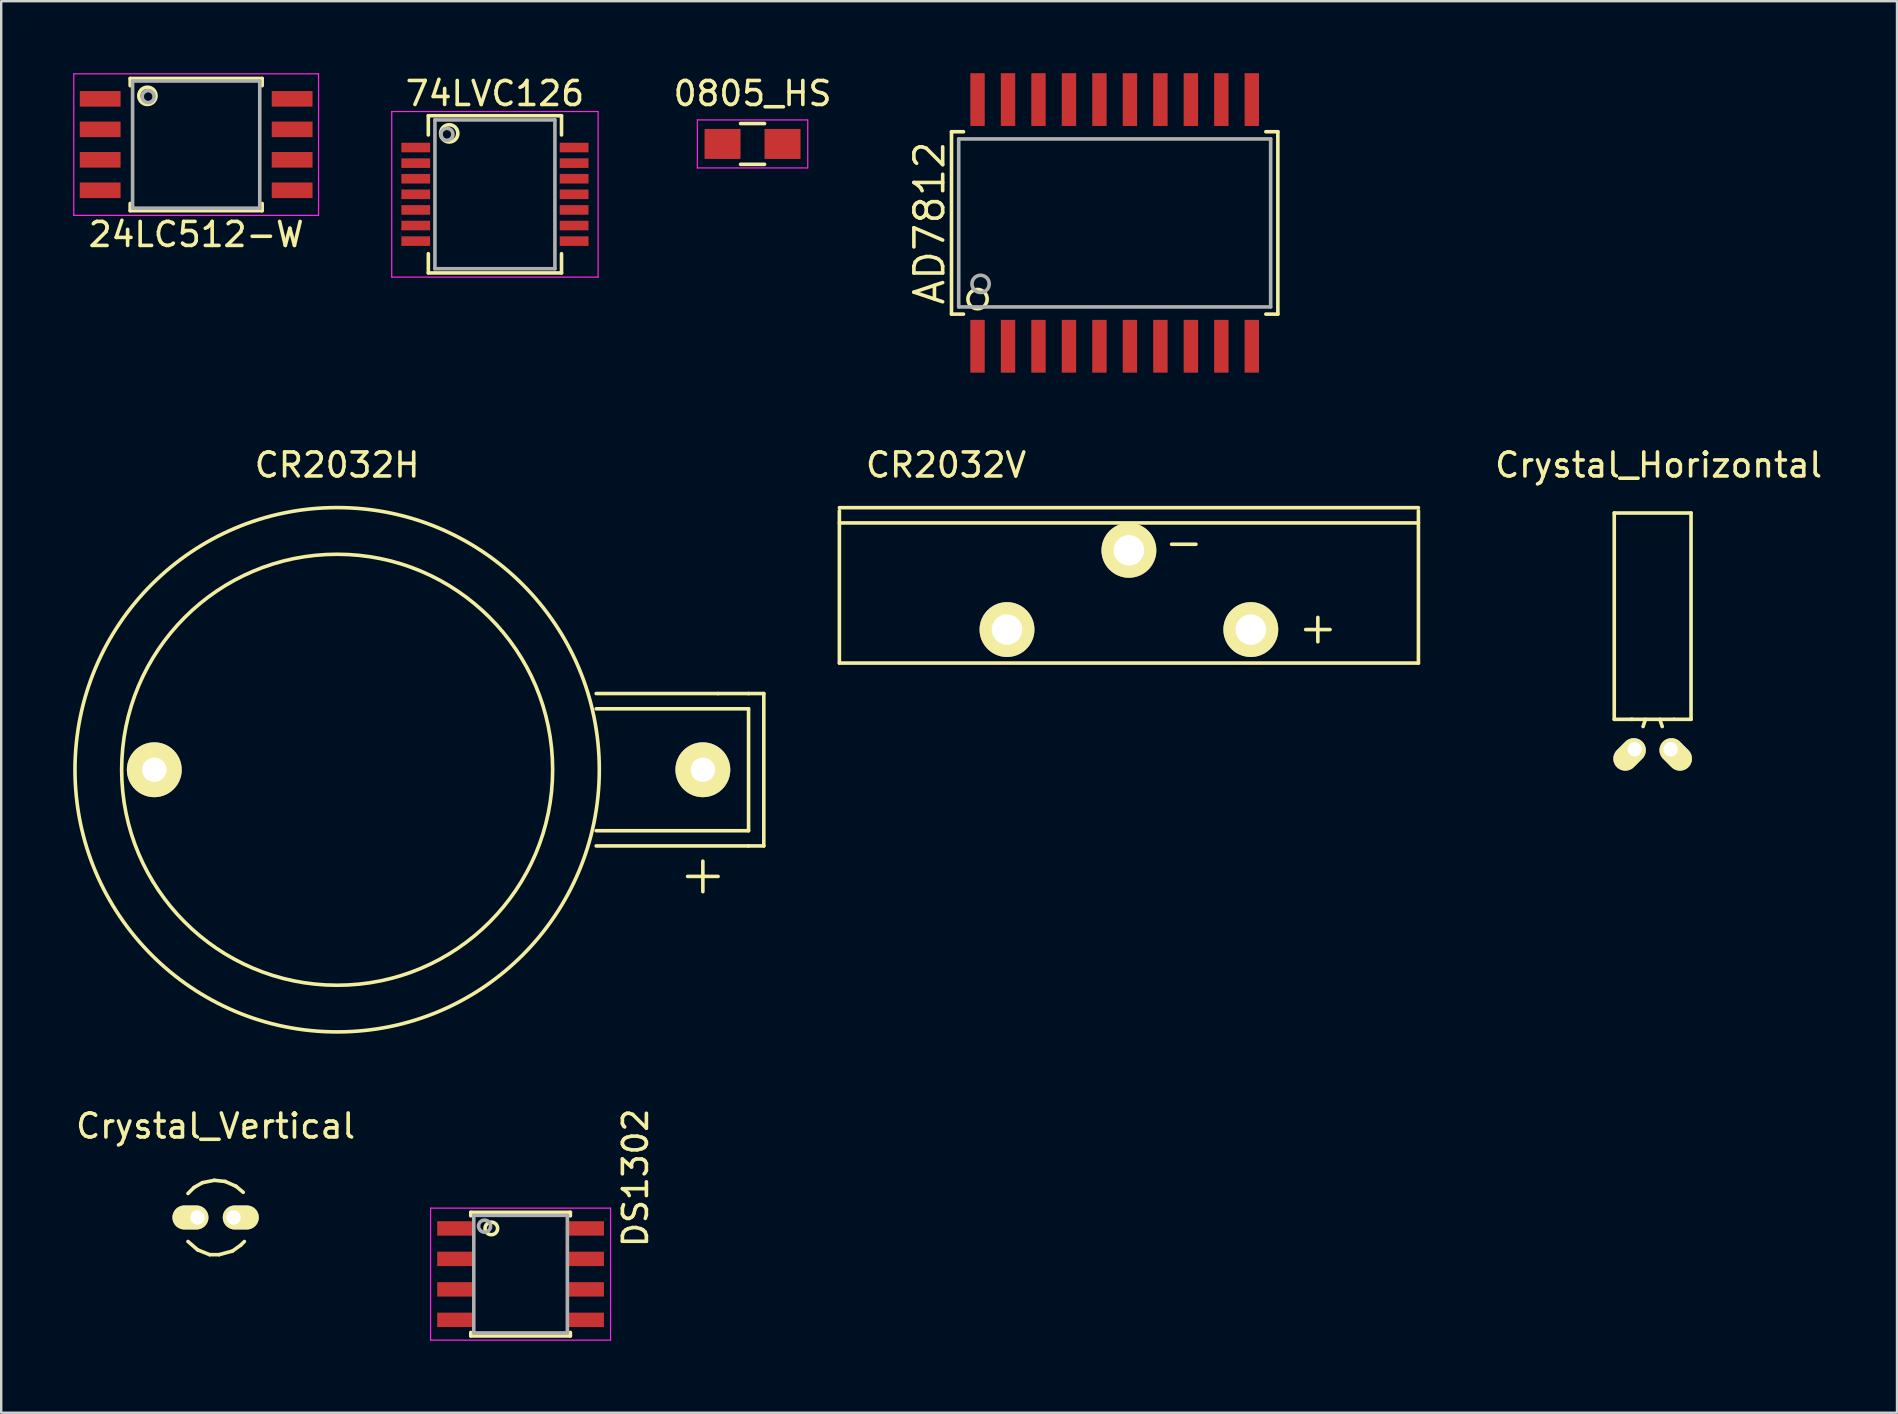
<source format=kicad_pcb>
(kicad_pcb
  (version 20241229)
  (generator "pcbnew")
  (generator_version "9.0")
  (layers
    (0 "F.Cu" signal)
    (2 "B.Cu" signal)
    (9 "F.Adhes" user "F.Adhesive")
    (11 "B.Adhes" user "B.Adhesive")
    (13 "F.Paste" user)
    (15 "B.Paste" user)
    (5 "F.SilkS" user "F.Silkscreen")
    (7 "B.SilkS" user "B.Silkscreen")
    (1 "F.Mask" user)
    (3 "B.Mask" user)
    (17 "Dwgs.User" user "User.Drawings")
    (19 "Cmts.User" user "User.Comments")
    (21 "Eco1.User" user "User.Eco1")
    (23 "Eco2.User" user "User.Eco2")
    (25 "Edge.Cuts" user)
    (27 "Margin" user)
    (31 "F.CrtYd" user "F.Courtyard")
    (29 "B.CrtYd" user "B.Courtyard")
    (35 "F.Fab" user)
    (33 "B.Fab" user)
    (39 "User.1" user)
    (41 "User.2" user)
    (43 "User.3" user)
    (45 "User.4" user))
  (footprint "CR2032V"
    (layer "F.Cu")
    (at 43.995 21.408)
    (property "Reference" "CR2032V" (at -7.62 -5.08 0) (layer "F.SilkS") (effects (font (size 1 1) (thickness 0.15))))
    (attr through_hole)
    (fp_line (start -12.065 -3.302) (end 12.065 -3.302) (stroke (width 0.15) (type solid)) (layer "F.SilkS"))
    (fp_line (start -12.065 -3.175) (end -12.065 3.175) (stroke (width 0.15) (type solid)) (layer "F.SilkS"))
    (fp_line (start -12.065 3.175) (end 12.065 3.175) (stroke (width 0.15) (type solid)) (layer "F.SilkS"))
    (fp_line (start 1.778 -1.778) (end 2.794 -1.778) (stroke (width 0.15) (type solid)) (layer "F.SilkS"))
    (fp_line (start 7.366 1.778) (end 8.382 1.778) (stroke (width 0.15) (type solid)) (layer "F.SilkS"))
    (fp_line (start 7.874 2.286) (end 7.874 1.27) (stroke (width 0.15) (type solid)) (layer "F.SilkS"))
    (fp_line (start 12.065 -2.667) (end -12.065 -2.667) (stroke (width 0.15) (type solid)) (layer "F.SilkS"))
    (fp_line (start 12.065 3.175) (end 12.065 -3.175) (stroke (width 0.15) (type solid)) (layer "F.SilkS"))
    (pad "1" thru_hole circle (at -5.08 1.778) (size 2.286 2.286) (drill 1.27) (layers "*.Cu" "*.Mask" "F.SilkS"))
    (pad "1" thru_hole circle (at 5.08 1.778) (size 2.286 2.286) (drill 1.27) (layers "*.Cu" "*.Mask" "F.SilkS"))
    (pad "2" thru_hole circle (at 0 -1.524) (size 2.286 2.286) (drill 1.27) (layers "*.Cu" "*.Mask" "F.SilkS")))
  (footprint "CR2032H"
    (layer "F.Cu")
    (at 11 29.028)
    (property "Reference" "CR2032H" (at 0 -12.7 0) (layer "F.SilkS") (effects (font (size 1 1) (thickness 0.15))))
    (attr through_hole)
    (fp_line (start 10.795 -3.175) (end 15.875 -3.175) (stroke (width 0.15) (type solid)) (layer "F.SilkS"))
    (fp_line (start 10.795 -2.54) (end 17.145 -2.54) (stroke (width 0.15) (type solid)) (layer "F.SilkS"))
    (fp_line (start 14.605 4.445) (end 15.875 4.445) (stroke (width 0.15) (type solid)) (layer "F.SilkS"))
    (fp_line (start 15.24 3.81) (end 15.24 5.08) (stroke (width 0.15) (type solid)) (layer "F.SilkS"))
    (fp_line (start 15.875 -3.175) (end 17.145 -3.175) (stroke (width 0.15) (type solid)) (layer "F.SilkS"))
    (fp_line (start 17.145 -3.175) (end 17.78 -3.175) (stroke (width 0.15) (type solid)) (layer "F.SilkS"))
    (fp_line (start 17.145 -2.54) (end 17.145 2.54) (stroke (width 0.15) (type solid)) (layer "F.SilkS"))
    (fp_line (start 17.145 2.54) (end 10.795 2.54) (stroke (width 0.15) (type solid)) (layer "F.SilkS"))
    (fp_line (start 17.145 3.175) (end 10.795 3.175) (stroke (width 0.15) (type solid)) (layer "F.SilkS"))
    (fp_line (start 17.78 -3.175) (end 17.78 3.175) (stroke (width 0.15) (type solid)) (layer "F.SilkS"))
    (fp_line (start 17.78 3.175) (end 17.145 3.175) (stroke (width 0.15) (type solid)) (layer "F.SilkS"))
    (fp_circle (center 0 0) (end -1.27 -8.89) (stroke (width 0.15) (type solid)) (fill no) (layer "F.SilkS"))
    (fp_circle (center 0 0) (end 6.35 8.89) (stroke (width 0.15) (type solid)) (fill no) (layer "F.SilkS"))
    (pad "1" thru_hole circle (at 15.24 0) (size 2.286 2.286) (drill 1.016) (layers "*.Cu" "*.Mask" "F.SilkS"))
    (pad "2" thru_hole circle (at -7.62 0) (size 2.286 2.286) (drill 1.016) (layers "*.Cu" "*.Mask" "F.SilkS")))
  (footprint "24LC512-W"
    (layer "F.Cu")
    (at 5.125 2.975)
    (property "Reference" "24LC512-W" (at 0 3.747 180) (layer "F.SilkS") (effects (font (size 1 1) (thickness 0.15))))
    (attr smd)
    (fp_line (start -2.75 -2.755) (end -2.75 -2.455) (stroke (width 0.15) (type solid)) (layer "F.SilkS"))
    (fp_line (start -2.75 -2.755) (end 2.75 -2.755) (stroke (width 0.15) (type solid)) (layer "F.SilkS"))
    (fp_line (start -2.75 2.755) (end -2.75 2.455) (stroke (width 0.15) (type solid)) (layer "F.SilkS"))
    (fp_line (start -2.75 2.755) (end 2.75 2.755) (stroke (width 0.15) (type solid)) (layer "F.SilkS"))
    (fp_line (start 2.75 -2.755) (end 2.75 -2.455) (stroke (width 0.15) (type solid)) (layer "F.SilkS"))
    (fp_line (start 2.75 2.755) (end 2.75 2.455) (stroke (width 0.15) (type solid)) (layer "F.SilkS"))
    (fp_circle (center -2.032 -2.032) (end -1.778 -1.778) (stroke (width 0.15) (type solid)) (fill no) (layer "F.SilkS"))
    (fp_line (start -5.1 -2.95) (end -5.1 2.95) (stroke (width 0.05) (type solid)) (layer "F.CrtYd"))
    (fp_line (start -5.1 -2.95) (end 5.1 -2.95) (stroke (width 0.05) (type solid)) (layer "F.CrtYd"))
    (fp_line (start -5.1 2.95) (end 5.1 2.95) (stroke (width 0.05) (type solid)) (layer "F.CrtYd"))
    (fp_line (start 5.1 -2.95) (end 5.1 2.95) (stroke (width 0.05) (type solid)) (layer "F.CrtYd"))
    (fp_line (start -2.65 -2.65) (end 2.65 -2.65) (stroke (width 0.15) (type solid)) (layer "F.Fab"))
    (fp_line (start -2.65 2.65) (end -2.65 -2.65) (stroke (width 0.15) (type solid)) (layer "F.Fab"))
    (fp_line (start 2.65 -2.65) (end 2.65 2.65) (stroke (width 0.15) (type solid)) (layer "F.Fab"))
    (fp_line (start 2.65 2.65) (end -2.65 2.65) (stroke (width 0.15) (type solid)) (layer "F.Fab"))
    (fp_circle (center -2 -2) (end -2.25 -2) (stroke (width 0.15) (type solid)) (fill no) (layer "F.Fab"))
    (pad "1" smd rect (at -4 -1.905) (size 1.7 0.65) (layers "F.Cu" "F.Mask" "F.Paste"))
    (pad "2" smd rect (at -4 -0.635) (size 1.7 0.65) (layers "F.Cu" "F.Mask" "F.Paste"))
    (pad "3" smd rect (at -4 0.635) (size 1.7 0.65) (layers "F.Cu" "F.Mask" "F.Paste"))
    (pad "4" smd rect (at -4 1.905) (size 1.7 0.65) (layers "F.Cu" "F.Mask" "F.Paste"))
    (pad "5" smd rect (at 4 1.905) (size 1.7 0.65) (layers "F.Cu" "F.Mask" "F.Paste"))
    (pad "6" smd rect (at 4 0.635) (size 1.7 0.65) (layers "F.Cu" "F.Mask" "F.Paste"))
    (pad "7" smd rect (at 4 -0.635) (size 1.7 0.65) (layers "F.Cu" "F.Mask" "F.Paste"))
    (pad "8" smd rect (at 4 -1.905) (size 1.7 0.65) (layers "F.Cu" "F.Mask" "F.Paste")))
  (footprint "AD7812"
    (layer "F.Cu")
    (at 43.402 6.24)
    (property "Reference" "AD7812" (at -7.715 0 90) (layer "F.SilkS") (effects (font (size 1.2 1.2) (thickness 0.15))))
    (attr through_hole)
    (fp_line (start -6.8 -3.8) (end -6.8 3.8) (stroke (width 0.15) (type solid)) (layer "F.SilkS"))
    (fp_line (start -6.8 3.8) (end -6.3 3.8) (stroke (width 0.15) (type solid)) (layer "F.SilkS"))
    (fp_line (start -6.3 -3.8) (end -6.8 -3.8) (stroke (width 0.15) (type solid)) (layer "F.SilkS"))
    (fp_line (start 6.3 -3.8) (end 6.8 -3.8) (stroke (width 0.15) (type solid)) (layer "F.SilkS"))
    (fp_line (start 6.8 -3.8) (end 6.8 3.8) (stroke (width 0.15) (type solid)) (layer "F.SilkS"))
    (fp_line (start 6.8 3.8) (end 6.3 3.8) (stroke (width 0.15) (type solid)) (layer "F.SilkS"))
    (fp_circle (center -5.715 3.175) (end -5.334 3.048) (stroke (width 0.15) (type solid)) (fill no) (layer "F.SilkS"))
    (fp_line (start -6.5 -3.5) (end 6.5 -3.5) (stroke (width 0.15) (type solid)) (layer "F.Fab"))
    (fp_line (start -6.5 3.5) (end -6.5 -3.5) (stroke (width 0.15) (type solid)) (layer "F.Fab"))
    (fp_line (start 6.5 -3.5) (end 6.5 3.5) (stroke (width 0.15) (type solid)) (layer "F.Fab"))
    (fp_line (start 6.5 3.5) (end -6.5 3.5) (stroke (width 0.15) (type solid)) (layer "F.Fab"))
    (fp_circle (center -5.588 2.54) (end -5.334 2.286) (stroke (width 0.15) (type solid)) (fill no) (layer "F.Fab"))
    (pad "1" smd rect (at -5.715 5.14) (size 0.6 2.2) (layers "F.Cu" "F.Mask" "F.Paste"))
    (pad "2" smd rect (at -4.445 5.14) (size 0.6 2.2) (layers "F.Cu" "F.Mask" "F.Paste"))
    (pad "3" smd rect (at -3.175 5.14) (size 0.6 2.2) (layers "F.Cu" "F.Mask" "F.Paste"))
    (pad "4" smd rect (at -1.905 5.14) (size 0.6 2.2) (layers "F.Cu" "F.Mask" "F.Paste"))
    (pad "5" smd rect (at -0.635 5.14) (size 0.6 2.2) (layers "F.Cu" "F.Mask" "F.Paste"))
    (pad "6" smd rect (at 0.635 5.14) (size 0.6 2.2) (layers "F.Cu" "F.Mask" "F.Paste"))
    (pad "7" smd rect (at 1.905 5.14) (size 0.6 2.2) (layers "F.Cu" "F.Mask" "F.Paste"))
    (pad "8" smd rect (at 3.175 5.14) (size 0.6 2.2) (layers "F.Cu" "F.Mask" "F.Paste"))
    (pad "9" smd rect (at 4.445 5.14) (size 0.6 2.2) (layers "F.Cu" "F.Mask" "F.Paste"))
    (pad "10" smd rect (at 5.715 5.14) (size 0.6 2.2) (layers "F.Cu" "F.Mask" "F.Paste"))
    (pad "11" smd rect (at 5.715 -5.14) (size 0.6 2.2) (layers "F.Cu" "F.Mask" "F.Paste"))
    (pad "12" smd rect (at 4.445 -5.14) (size 0.6 2.2) (layers "F.Cu" "F.Mask" "F.Paste"))
    (pad "13" smd rect (at 3.175 -5.14) (size 0.6 2.2) (layers "F.Cu" "F.Mask" "F.Paste"))
    (pad "14" smd rect (at 1.905 -5.14) (size 0.6 2.2) (layers "F.Cu" "F.Mask" "F.Paste"))
    (pad "15" smd rect (at 0.635 -5.14) (size 0.6 2.2) (layers "F.Cu" "F.Mask" "F.Paste"))
    (pad "16" smd rect (at -0.635 -5.14) (size 0.6 2.2) (layers "F.Cu" "F.Mask" "F.Paste"))
    (pad "17" smd rect (at -1.905 -5.14) (size 0.6 2.2) (layers "F.Cu" "F.Mask" "F.Paste"))
    (pad "18" smd rect (at -3.175 -5.14) (size 0.6 2.2) (layers "F.Cu" "F.Mask" "F.Paste"))
    (pad "19" smd rect (at -4.445 -5.14) (size 0.6 2.2) (layers "F.Cu" "F.Mask" "F.Paste"))
    (pad "20" smd rect (at -5.715 -5.14) (size 0.6 2.2) (layers "F.Cu" "F.Mask" "F.Paste")))
  (footprint "Crystal_Horizontal"
    (layer "F.Cu")
    (at 65.821 28.177)
    (property "Reference" "Crystal_Horizontal" (at 0.249 -11.849 0) (layer "F.SilkS") (effects (font (size 1 1) (thickness 0.15))))
    (attr through_hole)
    (fp_line (start -1.6 -9.85) (end -1.6 -1.25) (stroke (width 0.15) (type solid)) (layer "F.SilkS"))
    (fp_line (start -0.851 -1.25) (end -1.6 -1.25) (stroke (width 0.15) (type solid)) (layer "F.SilkS"))
    (fp_line (start -0.3 -1.25) (end -0.399 -0.95) (stroke (width 0.15) (type solid)) (layer "F.SilkS"))
    (fp_line (start 0.3 -1.25) (end 0.399 -0.95) (stroke (width 0.15) (type solid)) (layer "F.SilkS"))
    (fp_line (start 0.899 -1.25) (end -0.899 -1.25) (stroke (width 0.15) (type solid)) (layer "F.SilkS"))
    (fp_line (start 0.899 -1.25) (end 1.6 -1.25) (stroke (width 0.15) (type solid)) (layer "F.SilkS"))
    (fp_line (start 1.6 -9.85) (end -1.6 -9.85) (stroke (width 0.15) (type solid)) (layer "F.SilkS"))
    (fp_line (start 1.6 -1.25) (end 1.6 -9.85) (stroke (width 0.15) (type solid)) (layer "F.SilkS"))
    (pad "1" thru_hole oval (at -0.749 0 45) (size 1.501 1.001) (drill 0.599 (offset -0.3 0)) (layers "*.Cu" "*.Mask" "F.SilkS"))
    (pad "2" thru_hole oval (at 0.749 0 315) (size 1.501 1.001) (drill 0.599 (offset 0.3 0)) (layers "*.Cu" "*.Mask" "F.SilkS")))
  (footprint "DS1302"
    (layer "F.Cu")
    (at 18.644 50.047)
    (property "Reference" "DS1302" (at 4.788 -4.013 270) (layer "F.SilkS") (effects (font (size 1 1) (thickness 0.15))))
    (attr smd)
    (fp_line (start -2.075 -2.575) (end -2.075 -2.43) (stroke (width 0.15) (type solid)) (layer "F.SilkS"))
    (fp_line (start -2.075 -2.575) (end 2.075 -2.575) (stroke (width 0.15) (type solid)) (layer "F.SilkS"))
    (fp_line (start -2.075 2.575) (end -2.075 2.43) (stroke (width 0.15) (type solid)) (layer "F.SilkS"))
    (fp_line (start -2.075 2.575) (end 2.075 2.575) (stroke (width 0.15) (type solid)) (layer "F.SilkS"))
    (fp_line (start 2.075 -2.575) (end 2.075 -2.43) (stroke (width 0.15) (type solid)) (layer "F.SilkS"))
    (fp_line (start 2.075 2.575) (end 2.075 2.43) (stroke (width 0.15) (type solid)) (layer "F.SilkS"))
    (fp_circle (center -1.219 -1.905) (end -1.448 -2.032) (stroke (width 0.15) (type solid)) (fill no) (layer "F.SilkS"))
    (fp_line (start -3.75 -2.75) (end -3.75 2.75) (stroke (width 0.05) (type solid)) (layer "F.CrtYd"))
    (fp_line (start -3.75 -2.75) (end 3.75 -2.75) (stroke (width 0.05) (type solid)) (layer "F.CrtYd"))
    (fp_line (start -3.75 2.75) (end 3.75 2.75) (stroke (width 0.05) (type solid)) (layer "F.CrtYd"))
    (fp_line (start 3.75 -2.75) (end 3.75 2.75) (stroke (width 0.05) (type solid)) (layer "F.CrtYd"))
    (fp_line (start -1.95 -2.45) (end -1.95 2.45) (stroke (width 0.15) (type solid)) (layer "F.Fab"))
    (fp_line (start -1.95 2.45) (end 1.95 2.45) (stroke (width 0.15) (type solid)) (layer "F.Fab"))
    (fp_line (start 1.95 -2.45) (end -1.95 -2.45) (stroke (width 0.15) (type solid)) (layer "F.Fab"))
    (fp_line (start 1.95 2.45) (end 1.95 -2.45) (stroke (width 0.15) (type solid)) (layer "F.Fab"))
    (fp_circle (center -1.5 -2) (end -1.75 -2) (stroke (width 0.15) (type solid)) (fill no) (layer "F.Fab"))
    (pad "1" smd rect (at -2.7 -1.905) (size 1.55 0.6) (layers "F.Cu" "F.Mask" "F.Paste"))
    (pad "2" smd rect (at -2.7 -0.635) (size 1.55 0.6) (layers "F.Cu" "F.Mask" "F.Paste"))
    (pad "3" smd rect (at -2.7 0.635) (size 1.55 0.6) (layers "F.Cu" "F.Mask" "F.Paste"))
    (pad "4" smd rect (at -2.7 1.905) (size 1.55 0.6) (layers "F.Cu" "F.Mask" "F.Paste"))
    (pad "5" smd rect (at 2.7 1.905) (size 1.55 0.6) (layers "F.Cu" "F.Mask" "F.Paste"))
    (pad "6" smd rect (at 2.7 0.635) (size 1.55 0.6) (layers "F.Cu" "F.Mask" "F.Paste"))
    (pad "7" smd rect (at 2.7 -0.635) (size 1.55 0.6) (layers "F.Cu" "F.Mask" "F.Paste"))
    (pad "8" smd rect (at 2.7 -1.905) (size 1.55 0.6) (layers "F.Cu" "F.Mask" "F.Paste")))
  (footprint "0805_HS"
    (layer "F.Cu")
    (at 28.311 2.948)
    (property "Reference" "0805_HS" (at 0 -2.1 0) (layer "F.SilkS") (effects (font (size 1 1) (thickness 0.15))))
    (attr smd)
    (fp_line (start -0.5 0.85) (end 0.5 0.85) (stroke (width 0.15) (type solid)) (layer "F.SilkS"))
    (fp_line (start 0.5 -0.85) (end -0.5 -0.85) (stroke (width 0.15) (type solid)) (layer "F.SilkS"))
    (fp_line (start -2.3 -1) (end -2.3 1) (stroke (width 0.05) (type solid)) (layer "F.CrtYd"))
    (fp_line (start -2.3 -1) (end 2.3 -1) (stroke (width 0.05) (type solid)) (layer "F.CrtYd"))
    (fp_line (start -2.3 1) (end 2.3 1) (stroke (width 0.05) (type solid)) (layer "F.CrtYd"))
    (fp_line (start 2.3 -1) (end 2.3 1) (stroke (width 0.05) (type solid)) (layer "F.CrtYd"))
    (pad "1" smd rect (at -1.25 0) (size 1.5 1.25) (layers "F.Cu" "F.Mask" "F.Paste"))
    (pad "2" smd rect (at 1.25 0) (size 1.5 1.25) (layers "F.Cu" "F.Mask" "F.Paste")))
  (footprint "Crystal_Vertical"
    (layer "F.Cu")
    (at 5.935 47.686)
    (property "Reference" "Crystal_Vertical" (at 0 -3.81 0) (layer "F.SilkS") (effects (font (size 1 1) (thickness 0.15))))
    (attr through_hole)
    (fp_line (start -0.899 -1.25) (end -1.151 -1.001) (stroke (width 0.15) (type solid)) (layer "F.SilkS"))
    (fp_line (start -0.749 1.349) (end -1.151 1.001) (stroke (width 0.15) (type solid)) (layer "F.SilkS"))
    (fp_line (start -0.551 -1.45) (end -0.899 -1.25) (stroke (width 0.15) (type solid)) (layer "F.SilkS"))
    (fp_line (start -0.249 1.549) (end -0.749 1.349) (stroke (width 0.15) (type solid)) (layer "F.SilkS"))
    (fp_line (start -0.051 -1.549) (end -0.551 -1.45) (stroke (width 0.15) (type solid)) (layer "F.SilkS"))
    (fp_line (start 0.15 1.549) (end -0.249 1.549) (stroke (width 0.15) (type solid)) (layer "F.SilkS"))
    (fp_line (start 0.399 -1.501) (end -0.051 -1.549) (stroke (width 0.15) (type solid)) (layer "F.SilkS"))
    (fp_line (start 0.701 1.4) (end 0.15 1.549) (stroke (width 0.15) (type solid)) (layer "F.SilkS"))
    (fp_line (start 0.851 -1.3) (end 0.399 -1.501) (stroke (width 0.15) (type solid)) (layer "F.SilkS"))
    (fp_line (start 1.049 1.151) (end 0.701 1.4) (stroke (width 0.15) (type solid)) (layer "F.SilkS"))
    (fp_line (start 1.049 1.151) (end 1.199 1.001) (stroke (width 0.15) (type solid)) (layer "F.SilkS"))
    (fp_line (start 1.151 -1.049) (end 0.851 -1.3) (stroke (width 0.15) (type solid)) (layer "F.SilkS"))
    (pad "1" thru_hole oval (at -0.749 0) (size 1.501 1.001) (drill 0.599 (offset -0.3 0)) (layers "*.Cu" "*.Mask" "F.SilkS"))
    (pad "2" thru_hole oval (at 0.749 0) (size 1.501 1.001) (drill 0.599 (offset 0.3 0)) (layers "*.Cu" "*.Mask" "F.SilkS")))
  (footprint "74LVC126"
    (layer "F.Cu")
    (at 17.575 5.048)
    (property "Reference" "74LVC126" (at 0 -4.2 0) (layer "F.SilkS") (effects (font (size 1 1) (thickness 0.15))))
    (attr smd)
    (fp_line (start -2.775 -3.275) (end -2.775 -2.475) (stroke (width 0.15) (type solid)) (layer "F.SilkS"))
    (fp_line (start -2.775 -3.275) (end 2.775 -3.275) (stroke (width 0.15) (type solid)) (layer "F.SilkS"))
    (fp_line (start -2.775 3.275) (end -2.775 2.475) (stroke (width 0.15) (type solid)) (layer "F.SilkS"))
    (fp_line (start -2.775 3.275) (end 2.775 3.275) (stroke (width 0.15) (type solid)) (layer "F.SilkS"))
    (fp_line (start 2.775 -3.275) (end 2.775 -2.475) (stroke (width 0.15) (type solid)) (layer "F.SilkS"))
    (fp_line (start 2.775 3.275) (end 2.775 2.475) (stroke (width 0.15) (type solid)) (layer "F.SilkS"))
    (fp_circle (center -1.905 -2.54) (end -1.651 -2.286) (stroke (width 0.15) (type solid)) (fill no) (layer "F.SilkS"))
    (fp_line (start -4.3 -3.45) (end -4.3 3.45) (stroke (width 0.05) (type solid)) (layer "F.CrtYd"))
    (fp_line (start -4.3 -3.45) (end 4.3 -3.45) (stroke (width 0.05) (type solid)) (layer "F.CrtYd"))
    (fp_line (start -4.3 3.45) (end 4.3 3.45) (stroke (width 0.05) (type solid)) (layer "F.CrtYd"))
    (fp_line (start 4.3 -3.45) (end 4.3 3.45) (stroke (width 0.05) (type solid)) (layer "F.CrtYd"))
    (fp_line (start -2.5 -3.1) (end 2.5 -3.1) (stroke (width 0.15) (type solid)) (layer "F.Fab"))
    (fp_line (start -2.5 3.1) (end -2.5 -3.1) (stroke (width 0.15) (type solid)) (layer "F.Fab"))
    (fp_line (start 2.5 -3.1) (end 2.5 3.1) (stroke (width 0.15) (type solid)) (layer "F.Fab"))
    (fp_line (start 2.5 3.1) (end -2.5 3.1) (stroke (width 0.15) (type solid)) (layer "F.Fab"))
    (fp_circle (center -2 -2.5) (end -2.25 -2.5) (stroke (width 0.15) (type solid)) (fill no) (layer "F.Fab"))
    (pad "1" smd rect (at -3.3 -1.95) (size 1.2 0.4) (layers "F.Cu" "F.Mask" "F.Paste"))
    (pad "2" smd rect (at -3.3 -1.3) (size 1.2 0.4) (layers "F.Cu" "F.Mask" "F.Paste"))
    (pad "3" smd rect (at -3.3 -0.65) (size 1.2 0.4) (layers "F.Cu" "F.Mask" "F.Paste"))
    (pad "4" smd rect (at -3.3 0) (size 1.2 0.4) (layers "F.Cu" "F.Mask" "F.Paste"))
    (pad "5" smd rect (at -3.3 0.65) (size 1.2 0.4) (layers "F.Cu" "F.Mask" "F.Paste"))
    (pad "6" smd rect (at -3.3 1.3) (size 1.2 0.4) (layers "F.Cu" "F.Mask" "F.Paste"))
    (pad "7" smd rect (at -3.3 1.95) (size 1.2 0.4) (layers "F.Cu" "F.Mask" "F.Paste"))
    (pad "8" smd rect (at 3.3 1.95) (size 1.2 0.4) (layers "F.Cu" "F.Mask" "F.Paste"))
    (pad "9" smd rect (at 3.3 1.3) (size 1.2 0.4) (layers "F.Cu" "F.Mask" "F.Paste"))
    (pad "10" smd rect (at 3.3 0.65) (size 1.2 0.4) (layers "F.Cu" "F.Mask" "F.Paste"))
    (pad "11" smd rect (at 3.3 0) (size 1.2 0.4) (layers "F.Cu" "F.Mask" "F.Paste"))
    (pad "12" smd rect (at 3.3 -0.65) (size 1.2 0.4) (layers "F.Cu" "F.Mask" "F.Paste"))
    (pad "13" smd rect (at 3.3 -1.3) (size 1.2 0.4) (layers "F.Cu" "F.Mask" "F.Paste"))
    (pad "14" smd rect (at 3.3 -1.95) (size 1.2 0.4) (layers "F.Cu" "F.Mask" "F.Paste")))
  (gr_rect
    (start -3 -3)
    (end 76.004 55.822)
    (stroke (width 0.1) (type default))
    (fill no)
    (layer "Edge.Cuts")))
</source>
